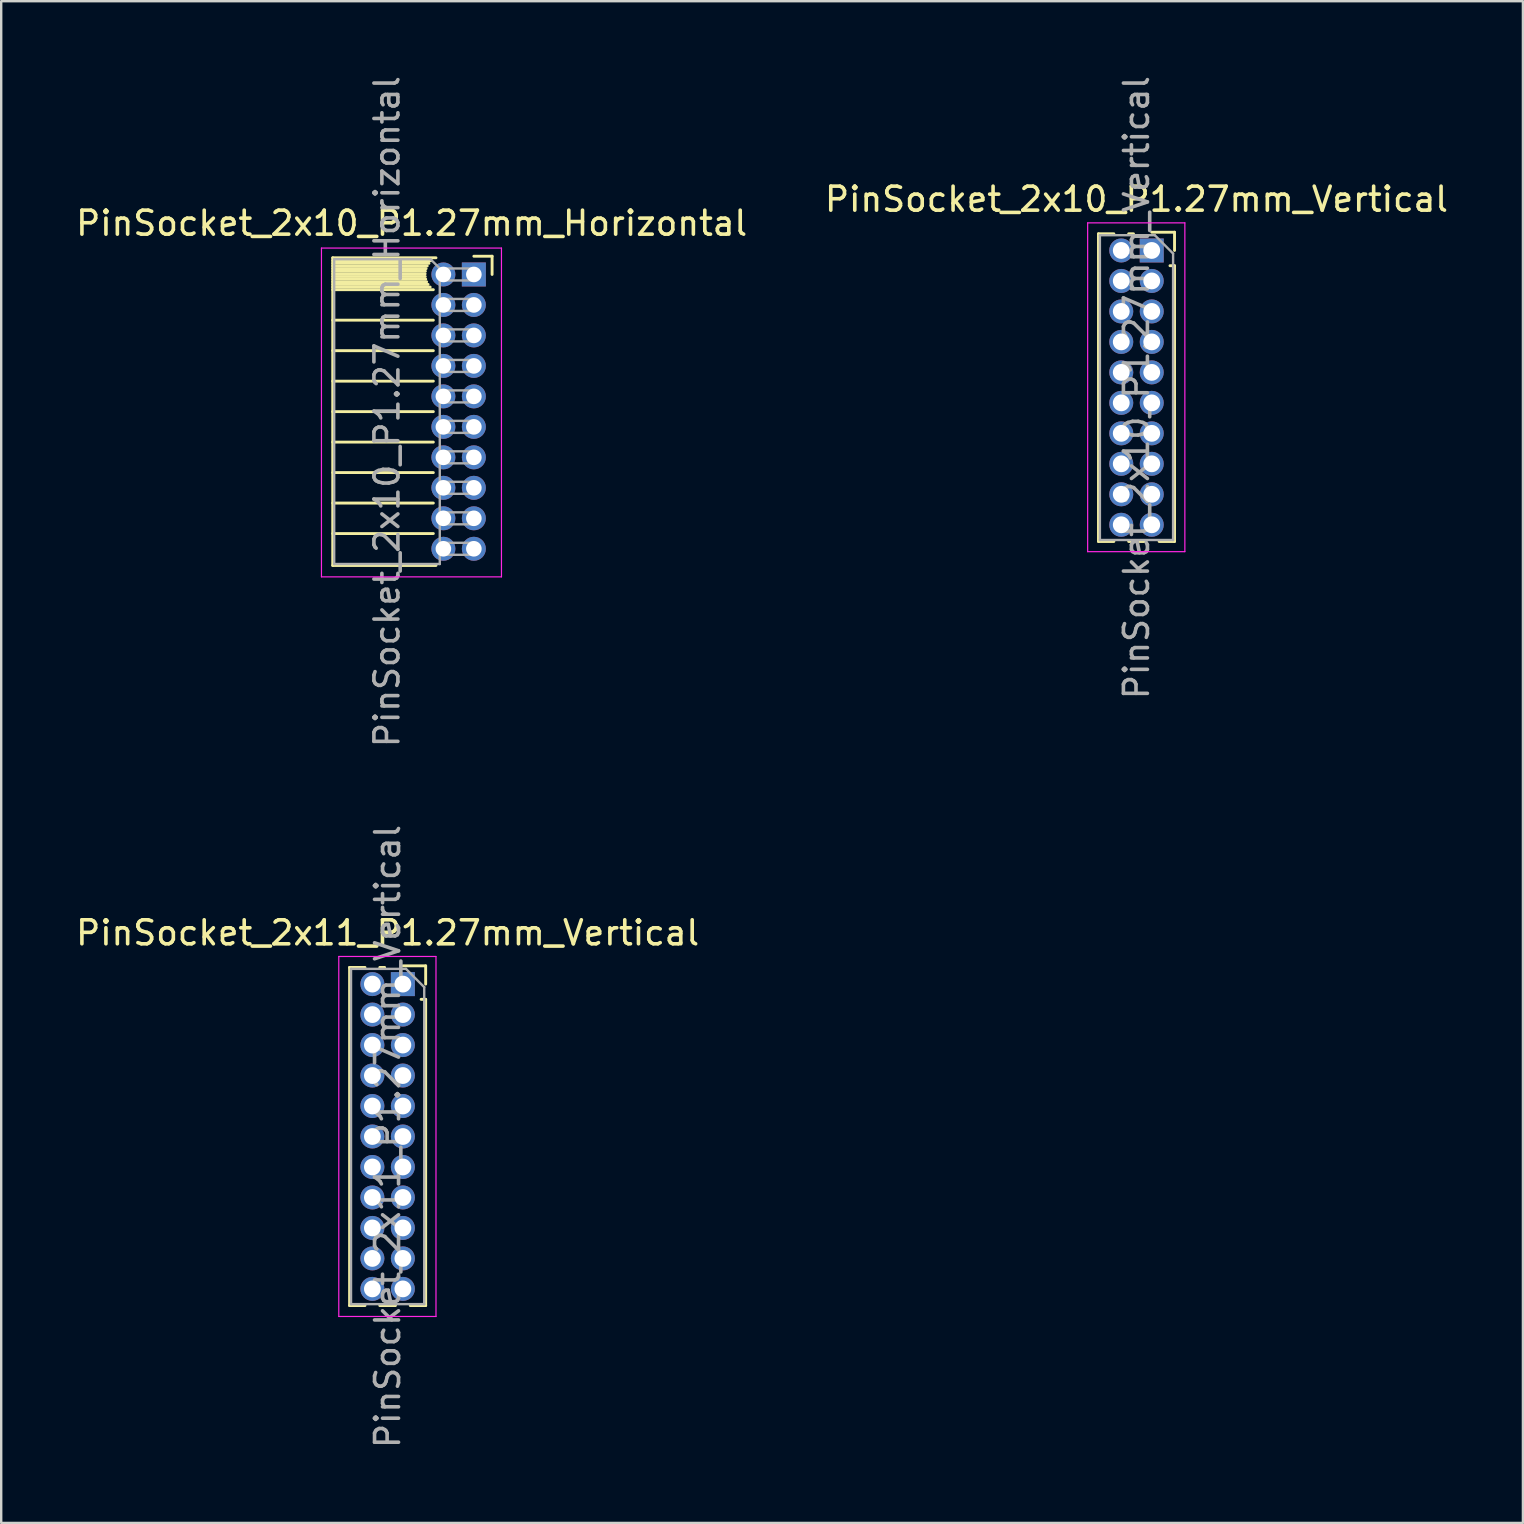
<source format=kicad_pcb>
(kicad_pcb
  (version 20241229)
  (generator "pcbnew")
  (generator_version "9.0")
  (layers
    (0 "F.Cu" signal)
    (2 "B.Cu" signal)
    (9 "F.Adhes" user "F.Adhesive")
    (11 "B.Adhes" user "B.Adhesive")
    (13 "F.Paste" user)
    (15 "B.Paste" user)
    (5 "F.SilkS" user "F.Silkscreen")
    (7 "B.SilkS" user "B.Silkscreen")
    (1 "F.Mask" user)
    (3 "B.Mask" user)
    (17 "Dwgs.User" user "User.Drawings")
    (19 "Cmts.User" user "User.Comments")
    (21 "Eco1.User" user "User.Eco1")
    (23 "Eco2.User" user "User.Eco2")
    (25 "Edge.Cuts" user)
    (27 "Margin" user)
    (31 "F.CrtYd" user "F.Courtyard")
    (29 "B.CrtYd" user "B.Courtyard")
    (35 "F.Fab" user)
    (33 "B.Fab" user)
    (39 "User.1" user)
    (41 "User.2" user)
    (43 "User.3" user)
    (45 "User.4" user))
  (footprint "PinSocket_2x11_P1.27mm_Vertical"
    (layer "F.Cu")
    (at 13.736 37.954)
    (property "Reference" "PinSocket_2x11_P1.27mm_Vertical" (at -0.635 -2.135 0) (layer "F.SilkS") (effects (font (size 1 1) (thickness 0.15))))
    (attr through_hole)
    (fp_line (start -2.22 -0.695) (end -2.22 13.395) (stroke (width 0.12) (type solid)) (layer "F.SilkS"))
    (fp_line (start -2.22 -0.695) (end -1.578 -0.695) (stroke (width 0.12) (type solid)) (layer "F.SilkS"))
    (fp_line (start -2.22 13.395) (end -1.578 13.395) (stroke (width 0.12) (type solid)) (layer "F.SilkS"))
    (fp_line (start -0.962 -0.695) (end -0.76 -0.695) (stroke (width 0.12) (type solid)) (layer "F.SilkS"))
    (fp_line (start -0.962 13.395) (end -0.308 13.395) (stroke (width 0.12) (type solid)) (layer "F.SilkS"))
    (fp_line (start 0 -0.76) (end 0.95 -0.76) (stroke (width 0.12) (type solid)) (layer "F.SilkS"))
    (fp_line (start 0.308 13.395) (end 0.95 13.395) (stroke (width 0.12) (type solid)) (layer "F.SilkS"))
    (fp_line (start 0.76 0.635) (end 0.95 0.635) (stroke (width 0.12) (type solid)) (layer "F.SilkS"))
    (fp_line (start 0.95 -0.76) (end 0.95 0) (stroke (width 0.12) (type solid)) (layer "F.SilkS"))
    (fp_line (start 0.95 0.635) (end 0.95 13.395) (stroke (width 0.12) (type solid)) (layer "F.SilkS"))
    (fp_line (start -2.67 -1.15) (end 1.38 -1.15) (stroke (width 0.05) (type solid)) (layer "F.CrtYd"))
    (fp_line (start -2.67 13.85) (end -2.67 -1.15) (stroke (width 0.05) (type solid)) (layer "F.CrtYd"))
    (fp_line (start 1.38 -1.15) (end 1.38 13.85) (stroke (width 0.05) (type solid)) (layer "F.CrtYd"))
    (fp_line (start 1.38 13.85) (end -2.67 13.85) (stroke (width 0.05) (type solid)) (layer "F.CrtYd"))
    (fp_line (start -2.16 -0.635) (end 0.128 -0.635) (stroke (width 0.1) (type solid)) (layer "F.Fab"))
    (fp_line (start -2.16 13.335) (end -2.16 -0.635) (stroke (width 0.1) (type solid)) (layer "F.Fab"))
    (fp_line (start 0.128 -0.635) (end 0.89 0.128) (stroke (width 0.1) (type solid)) (layer "F.Fab"))
    (fp_line (start 0.89 0.128) (end 0.89 13.335) (stroke (width 0.1) (type solid)) (layer "F.Fab"))
    (fp_line (start 0.89 13.335) (end -2.16 13.335) (stroke (width 0.1) (type solid)) (layer "F.Fab"))
    (fp_text user "${REFERENCE}" (at -0.635 6.35 90) (layer "F.Fab") (effects (font (size 1 1) (thickness 0.15))))
    (pad "1" thru_hole rect (at 0 0) (size 1 1) (drill 0.7) (layers "*.Cu" "*.Mask"))
    (pad "2" thru_hole oval (at -1.27 0) (size 1 1) (drill 0.7) (layers "*.Cu" "*.Mask"))
    (pad "3" thru_hole oval (at 0 1.27) (size 1 1) (drill 0.7) (layers "*.Cu" "*.Mask"))
    (pad "4" thru_hole oval (at -1.27 1.27) (size 1 1) (drill 0.7) (layers "*.Cu" "*.Mask"))
    (pad "5" thru_hole oval (at 0 2.54) (size 1 1) (drill 0.7) (layers "*.Cu" "*.Mask"))
    (pad "6" thru_hole oval (at -1.27 2.54) (size 1 1) (drill 0.7) (layers "*.Cu" "*.Mask"))
    (pad "7" thru_hole oval (at 0 3.81) (size 1 1) (drill 0.7) (layers "*.Cu" "*.Mask"))
    (pad "8" thru_hole oval (at -1.27 3.81) (size 1 1) (drill 0.7) (layers "*.Cu" "*.Mask"))
    (pad "9" thru_hole oval (at 0 5.08) (size 1 1) (drill 0.7) (layers "*.Cu" "*.Mask"))
    (pad "10" thru_hole oval (at -1.27 5.08) (size 1 1) (drill 0.7) (layers "*.Cu" "*.Mask"))
    (pad "11" thru_hole oval (at 0 6.35) (size 1 1) (drill 0.7) (layers "*.Cu" "*.Mask"))
    (pad "12" thru_hole oval (at -1.27 6.35) (size 1 1) (drill 0.7) (layers "*.Cu" "*.Mask"))
    (pad "13" thru_hole oval (at 0 7.62) (size 1 1) (drill 0.7) (layers "*.Cu" "*.Mask"))
    (pad "14" thru_hole oval (at -1.27 7.62) (size 1 1) (drill 0.7) (layers "*.Cu" "*.Mask"))
    (pad "15" thru_hole oval (at 0 8.89) (size 1 1) (drill 0.7) (layers "*.Cu" "*.Mask"))
    (pad "16" thru_hole oval (at -1.27 8.89) (size 1 1) (drill 0.7) (layers "*.Cu" "*.Mask"))
    (pad "17" thru_hole oval (at 0 10.16) (size 1 1) (drill 0.7) (layers "*.Cu" "*.Mask"))
    (pad "18" thru_hole oval (at -1.27 10.16) (size 1 1) (drill 0.7) (layers "*.Cu" "*.Mask"))
    (pad "19" thru_hole oval (at 0 11.43) (size 1 1) (drill 0.7) (layers "*.Cu" "*.Mask"))
    (pad "20" thru_hole oval (at -1.27 11.43) (size 1 1) (drill 0.7) (layers "*.Cu" "*.Mask"))
    (pad "21" thru_hole oval (at 0 12.7) (size 1 1) (drill 0.7) (layers "*.Cu" "*.Mask"))
    (pad "22" thru_hole oval (at -1.27 12.7) (size 1 1) (drill 0.7) (layers "*.Cu" "*.Mask")))
  (footprint "PinSocket_2x10_P1.27mm_Horizontal"
    (layer "F.Cu")
    (at 16.694 8.386)
    (property "Reference" "PinSocket_2x10_P1.27mm_Horizontal" (at -2.592 -2.135 0) (layer "F.SilkS") (effects (font (size 1 1) (thickness 0.15))))
    (attr through_hole)
    (fp_line (start -5.88 -0.695) (end -5.88 12.125) (stroke (width 0.12) (type solid)) (layer "F.SilkS"))
    (fp_line (start -5.88 -0.695) (end -1.578 -0.695) (stroke (width 0.12) (type solid)) (layer "F.SilkS"))
    (fp_line (start -5.88 -0.575) (end -1.767 -0.575) (stroke (width 0.12) (type solid)) (layer "F.SilkS"))
    (fp_line (start -5.88 -0.465) (end -1.871 -0.465) (stroke (width 0.12) (type solid)) (layer "F.SilkS"))
    (fp_line (start -5.88 -0.355) (end -1.942 -0.355) (stroke (width 0.12) (type solid)) (layer "F.SilkS"))
    (fp_line (start -5.88 -0.245) (end -1.989 -0.245) (stroke (width 0.12) (type solid)) (layer "F.SilkS"))
    (fp_line (start -5.88 -0.135) (end -2.018 -0.135) (stroke (width 0.12) (type solid)) (layer "F.SilkS"))
    (fp_line (start -5.88 -0.025) (end -2.03 -0.025) (stroke (width 0.12) (type solid)) (layer "F.SilkS"))
    (fp_line (start -5.88 0.085) (end -2.025 0.085) (stroke (width 0.12) (type solid)) (layer "F.SilkS"))
    (fp_line (start -5.88 0.195) (end -2.005 0.195) (stroke (width 0.12) (type solid)) (layer "F.SilkS"))
    (fp_line (start -5.88 0.305) (end -1.966 0.305) (stroke (width 0.12) (type solid)) (layer "F.SilkS"))
    (fp_line (start -5.88 0.415) (end -1.907 0.415) (stroke (width 0.12) (type solid)) (layer "F.SilkS"))
    (fp_line (start -5.88 0.525) (end -1.82 0.525) (stroke (width 0.12) (type solid)) (layer "F.SilkS"))
    (fp_line (start -5.88 0.635) (end -1.688 0.635) (stroke (width 0.12) (type solid)) (layer "F.SilkS"))
    (fp_line (start -5.88 1.905) (end -1.688 1.905) (stroke (width 0.12) (type solid)) (layer "F.SilkS"))
    (fp_line (start -5.88 3.175) (end -1.688 3.175) (stroke (width 0.12) (type solid)) (layer "F.SilkS"))
    (fp_line (start -5.88 4.445) (end -1.688 4.445) (stroke (width 0.12) (type solid)) (layer "F.SilkS"))
    (fp_line (start -5.88 5.715) (end -1.688 5.715) (stroke (width 0.12) (type solid)) (layer "F.SilkS"))
    (fp_line (start -5.88 6.985) (end -1.688 6.985) (stroke (width 0.12) (type solid)) (layer "F.SilkS"))
    (fp_line (start -5.88 8.255) (end -1.688 8.255) (stroke (width 0.12) (type solid)) (layer "F.SilkS"))
    (fp_line (start -5.88 9.525) (end -1.688 9.525) (stroke (width 0.12) (type solid)) (layer "F.SilkS"))
    (fp_line (start -5.88 10.795) (end -1.688 10.795) (stroke (width 0.12) (type solid)) (layer "F.SilkS"))
    (fp_line (start -5.88 12.125) (end -1.578 12.125) (stroke (width 0.12) (type solid)) (layer "F.SilkS"))
    (fp_line (start 0 -0.76) (end 0.76 -0.76) (stroke (width 0.12) (type solid)) (layer "F.SilkS"))
    (fp_line (start 0.76 -0.76) (end 0.76 0) (stroke (width 0.12) (type solid)) (layer "F.SilkS"))
    (fp_line (start -6.35 -1.1) (end -6.35 12.6) (stroke (width 0.05) (type solid)) (layer "F.CrtYd"))
    (fp_line (start -6.35 12.6) (end 1.15 12.6) (stroke (width 0.05) (type solid)) (layer "F.CrtYd"))
    (fp_line (start 1.15 -1.1) (end -6.35 -1.1) (stroke (width 0.05) (type solid)) (layer "F.CrtYd"))
    (fp_line (start 1.15 12.6) (end 1.15 -1.1) (stroke (width 0.05) (type solid)) (layer "F.CrtYd"))
    (fp_line (start -5.82 -0.635) (end -1.805 -0.635) (stroke (width 0.1) (type solid)) (layer "F.Fab"))
    (fp_line (start -5.82 12.065) (end -5.82 -0.635) (stroke (width 0.1) (type solid)) (layer "F.Fab"))
    (fp_line (start -1.805 -0.635) (end -1.42 -0.25) (stroke (width 0.1) (type solid)) (layer "F.Fab"))
    (fp_line (start -1.42 -0.25) (end -1.42 12.065) (stroke (width 0.1) (type solid)) (layer "F.Fab"))
    (fp_line (start -1.42 0.25) (end 0 0.25) (stroke (width 0.1) (type solid)) (layer "F.Fab"))
    (fp_line (start -1.42 1.52) (end 0 1.52) (stroke (width 0.1) (type solid)) (layer "F.Fab"))
    (fp_line (start -1.42 2.79) (end 0 2.79) (stroke (width 0.1) (type solid)) (layer "F.Fab"))
    (fp_line (start -1.42 4.06) (end 0 4.06) (stroke (width 0.1) (type solid)) (layer "F.Fab"))
    (fp_line (start -1.42 5.33) (end 0 5.33) (stroke (width 0.1) (type solid)) (layer "F.Fab"))
    (fp_line (start -1.42 6.6) (end 0 6.6) (stroke (width 0.1) (type solid)) (layer "F.Fab"))
    (fp_line (start -1.42 7.87) (end 0 7.87) (stroke (width 0.1) (type solid)) (layer "F.Fab"))
    (fp_line (start -1.42 9.14) (end 0 9.14) (stroke (width 0.1) (type solid)) (layer "F.Fab"))
    (fp_line (start -1.42 10.41) (end 0 10.41) (stroke (width 0.1) (type solid)) (layer "F.Fab"))
    (fp_line (start -1.42 11.68) (end 0 11.68) (stroke (width 0.1) (type solid)) (layer "F.Fab"))
    (fp_line (start -1.42 12.065) (end -5.82 12.065) (stroke (width 0.1) (type solid)) (layer "F.Fab"))
    (fp_line (start 0 -0.25) (end -1.42 -0.25) (stroke (width 0.1) (type solid)) (layer "F.Fab"))
    (fp_line (start 0 0.25) (end 0 -0.25) (stroke (width 0.1) (type solid)) (layer "F.Fab"))
    (fp_line (start 0 1.02) (end -1.42 1.02) (stroke (width 0.1) (type solid)) (layer "F.Fab"))
    (fp_line (start 0 1.52) (end 0 1.02) (stroke (width 0.1) (type solid)) (layer "F.Fab"))
    (fp_line (start 0 2.29) (end -1.42 2.29) (stroke (width 0.1) (type solid)) (layer "F.Fab"))
    (fp_line (start 0 2.79) (end 0 2.29) (stroke (width 0.1) (type solid)) (layer "F.Fab"))
    (fp_line (start 0 3.56) (end -1.42 3.56) (stroke (width 0.1) (type solid)) (layer "F.Fab"))
    (fp_line (start 0 4.06) (end 0 3.56) (stroke (width 0.1) (type solid)) (layer "F.Fab"))
    (fp_line (start 0 4.83) (end -1.42 4.83) (stroke (width 0.1) (type solid)) (layer "F.Fab"))
    (fp_line (start 0 5.33) (end 0 4.83) (stroke (width 0.1) (type solid)) (layer "F.Fab"))
    (fp_line (start 0 6.1) (end -1.42 6.1) (stroke (width 0.1) (type solid)) (layer "F.Fab"))
    (fp_line (start 0 6.6) (end 0 6.1) (stroke (width 0.1) (type solid)) (layer "F.Fab"))
    (fp_line (start 0 7.37) (end -1.42 7.37) (stroke (width 0.1) (type solid)) (layer "F.Fab"))
    (fp_line (start 0 7.87) (end 0 7.37) (stroke (width 0.1) (type solid)) (layer "F.Fab"))
    (fp_line (start 0 8.64) (end -1.42 8.64) (stroke (width 0.1) (type solid)) (layer "F.Fab"))
    (fp_line (start 0 9.14) (end 0 8.64) (stroke (width 0.1) (type solid)) (layer "F.Fab"))
    (fp_line (start 0 9.91) (end -1.42 9.91) (stroke (width 0.1) (type solid)) (layer "F.Fab"))
    (fp_line (start 0 10.41) (end 0 9.91) (stroke (width 0.1) (type solid)) (layer "F.Fab"))
    (fp_line (start 0 11.18) (end -1.42 11.18) (stroke (width 0.1) (type solid)) (layer "F.Fab"))
    (fp_line (start 0 11.68) (end 0 11.18) (stroke (width 0.1) (type solid)) (layer "F.Fab"))
    (fp_text user "${REFERENCE}" (at -3.62 5.715 90) (layer "F.Fab") (effects (font (size 1 1) (thickness 0.15))))
    (pad "1" thru_hole rect (at 0 0) (size 1 1) (drill 0.65) (layers "*.Cu" "*.Mask"))
    (pad "2" thru_hole oval (at -1.27 0) (size 1 1) (drill 0.65) (layers "*.Cu" "*.Mask"))
    (pad "3" thru_hole oval (at 0 1.27) (size 1 1) (drill 0.65) (layers "*.Cu" "*.Mask"))
    (pad "4" thru_hole oval (at -1.27 1.27) (size 1 1) (drill 0.65) (layers "*.Cu" "*.Mask"))
    (pad "5" thru_hole oval (at 0 2.54) (size 1 1) (drill 0.65) (layers "*.Cu" "*.Mask"))
    (pad "6" thru_hole oval (at -1.27 2.54) (size 1 1) (drill 0.65) (layers "*.Cu" "*.Mask"))
    (pad "7" thru_hole oval (at 0 3.81) (size 1 1) (drill 0.65) (layers "*.Cu" "*.Mask"))
    (pad "8" thru_hole oval (at -1.27 3.81) (size 1 1) (drill 0.65) (layers "*.Cu" "*.Mask"))
    (pad "9" thru_hole oval (at 0 5.08) (size 1 1) (drill 0.65) (layers "*.Cu" "*.Mask"))
    (pad "10" thru_hole oval (at -1.27 5.08) (size 1 1) (drill 0.65) (layers "*.Cu" "*.Mask"))
    (pad "11" thru_hole oval (at 0 6.35) (size 1 1) (drill 0.65) (layers "*.Cu" "*.Mask"))
    (pad "12" thru_hole oval (at -1.27 6.35) (size 1 1) (drill 0.65) (layers "*.Cu" "*.Mask"))
    (pad "13" thru_hole oval (at 0 7.62) (size 1 1) (drill 0.65) (layers "*.Cu" "*.Mask"))
    (pad "14" thru_hole oval (at -1.27 7.62) (size 1 1) (drill 0.65) (layers "*.Cu" "*.Mask"))
    (pad "15" thru_hole oval (at 0 8.89) (size 1 1) (drill 0.65) (layers "*.Cu" "*.Mask"))
    (pad "16" thru_hole oval (at -1.27 8.89) (size 1 1) (drill 0.65) (layers "*.Cu" "*.Mask"))
    (pad "17" thru_hole oval (at 0 10.16) (size 1 1) (drill 0.65) (layers "*.Cu" "*.Mask"))
    (pad "18" thru_hole oval (at -1.27 10.16) (size 1 1) (drill 0.65) (layers "*.Cu" "*.Mask"))
    (pad "19" thru_hole oval (at 0 11.43) (size 1 1) (drill 0.65) (layers "*.Cu" "*.Mask"))
    (pad "20" thru_hole oval (at -1.27 11.43) (size 1 1) (drill 0.65) (layers "*.Cu" "*.Mask")))
  (footprint "PinSocket_2x10_P1.27mm_Vertical"
    (layer "F.Cu")
    (at 44.939 7.386)
    (property "Reference" "PinSocket_2x10_P1.27mm_Vertical" (at -0.635 -2.135 0) (layer "F.SilkS") (effects (font (size 1 1) (thickness 0.15))))
    (attr through_hole)
    (fp_line (start -2.22 -0.695) (end -2.22 12.125) (stroke (width 0.12) (type solid)) (layer "F.SilkS"))
    (fp_line (start -2.22 -0.695) (end -1.578 -0.695) (stroke (width 0.12) (type solid)) (layer "F.SilkS"))
    (fp_line (start -2.22 12.125) (end -1.578 12.125) (stroke (width 0.12) (type solid)) (layer "F.SilkS"))
    (fp_line (start -0.962 -0.695) (end -0.76 -0.695) (stroke (width 0.12) (type solid)) (layer "F.SilkS"))
    (fp_line (start -0.962 12.125) (end -0.308 12.125) (stroke (width 0.12) (type solid)) (layer "F.SilkS"))
    (fp_line (start 0 -0.76) (end 0.95 -0.76) (stroke (width 0.12) (type solid)) (layer "F.SilkS"))
    (fp_line (start 0.308 12.125) (end 0.95 12.125) (stroke (width 0.12) (type solid)) (layer "F.SilkS"))
    (fp_line (start 0.76 0.635) (end 0.95 0.635) (stroke (width 0.12) (type solid)) (layer "F.SilkS"))
    (fp_line (start 0.95 -0.76) (end 0.95 0) (stroke (width 0.12) (type solid)) (layer "F.SilkS"))
    (fp_line (start 0.95 0.635) (end 0.95 12.125) (stroke (width 0.12) (type solid)) (layer "F.SilkS"))
    (fp_line (start -2.67 -1.15) (end 1.38 -1.15) (stroke (width 0.05) (type solid)) (layer "F.CrtYd"))
    (fp_line (start -2.67 12.55) (end -2.67 -1.15) (stroke (width 0.05) (type solid)) (layer "F.CrtYd"))
    (fp_line (start 1.38 -1.15) (end 1.38 12.55) (stroke (width 0.05) (type solid)) (layer "F.CrtYd"))
    (fp_line (start 1.38 12.55) (end -2.67 12.55) (stroke (width 0.05) (type solid)) (layer "F.CrtYd"))
    (fp_line (start -2.16 -0.635) (end 0.128 -0.635) (stroke (width 0.1) (type solid)) (layer "F.Fab"))
    (fp_line (start -2.16 12.065) (end -2.16 -0.635) (stroke (width 0.1) (type solid)) (layer "F.Fab"))
    (fp_line (start 0.128 -0.635) (end 0.89 0.128) (stroke (width 0.1) (type solid)) (layer "F.Fab"))
    (fp_line (start 0.89 0.128) (end 0.89 12.065) (stroke (width 0.1) (type solid)) (layer "F.Fab"))
    (fp_line (start 0.89 12.065) (end -2.16 12.065) (stroke (width 0.1) (type solid)) (layer "F.Fab"))
    (fp_text user "${REFERENCE}" (at -0.635 5.715 90) (layer "F.Fab") (effects (font (size 1 1) (thickness 0.15))))
    (pad "1" thru_hole rect (at 0 0) (size 1 1) (drill 0.7) (layers "*.Cu" "*.Mask"))
    (pad "2" thru_hole oval (at -1.27 0) (size 1 1) (drill 0.7) (layers "*.Cu" "*.Mask"))
    (pad "3" thru_hole oval (at 0 1.27) (size 1 1) (drill 0.7) (layers "*.Cu" "*.Mask"))
    (pad "4" thru_hole oval (at -1.27 1.27) (size 1 1) (drill 0.7) (layers "*.Cu" "*.Mask"))
    (pad "5" thru_hole oval (at 0 2.54) (size 1 1) (drill 0.7) (layers "*.Cu" "*.Mask"))
    (pad "6" thru_hole oval (at -1.27 2.54) (size 1 1) (drill 0.7) (layers "*.Cu" "*.Mask"))
    (pad "7" thru_hole oval (at 0 3.81) (size 1 1) (drill 0.7) (layers "*.Cu" "*.Mask"))
    (pad "8" thru_hole oval (at -1.27 3.81) (size 1 1) (drill 0.7) (layers "*.Cu" "*.Mask"))
    (pad "9" thru_hole oval (at 0 5.08) (size 1 1) (drill 0.7) (layers "*.Cu" "*.Mask"))
    (pad "10" thru_hole oval (at -1.27 5.08) (size 1 1) (drill 0.7) (layers "*.Cu" "*.Mask"))
    (pad "11" thru_hole oval (at 0 6.35) (size 1 1) (drill 0.7) (layers "*.Cu" "*.Mask"))
    (pad "12" thru_hole oval (at -1.27 6.35) (size 1 1) (drill 0.7) (layers "*.Cu" "*.Mask"))
    (pad "13" thru_hole oval (at 0 7.62) (size 1 1) (drill 0.7) (layers "*.Cu" "*.Mask"))
    (pad "14" thru_hole oval (at -1.27 7.62) (size 1 1) (drill 0.7) (layers "*.Cu" "*.Mask"))
    (pad "15" thru_hole oval (at 0 8.89) (size 1 1) (drill 0.7) (layers "*.Cu" "*.Mask"))
    (pad "16" thru_hole oval (at -1.27 8.89) (size 1 1) (drill 0.7) (layers "*.Cu" "*.Mask"))
    (pad "17" thru_hole oval (at 0 10.16) (size 1 1) (drill 0.7) (layers "*.Cu" "*.Mask"))
    (pad "18" thru_hole oval (at -1.27 10.16) (size 1 1) (drill 0.7) (layers "*.Cu" "*.Mask"))
    (pad "19" thru_hole oval (at 0 11.43) (size 1 1) (drill 0.7) (layers "*.Cu" "*.Mask"))
    (pad "20" thru_hole oval (at -1.27 11.43) (size 1 1) (drill 0.7) (layers "*.Cu" "*.Mask")))
  (gr_rect
    (start -3 -3)
    (end 60.405 60.405)
    (stroke (width 0.1) (type default))
    (fill no)
    (layer "Edge.Cuts")))
</source>
